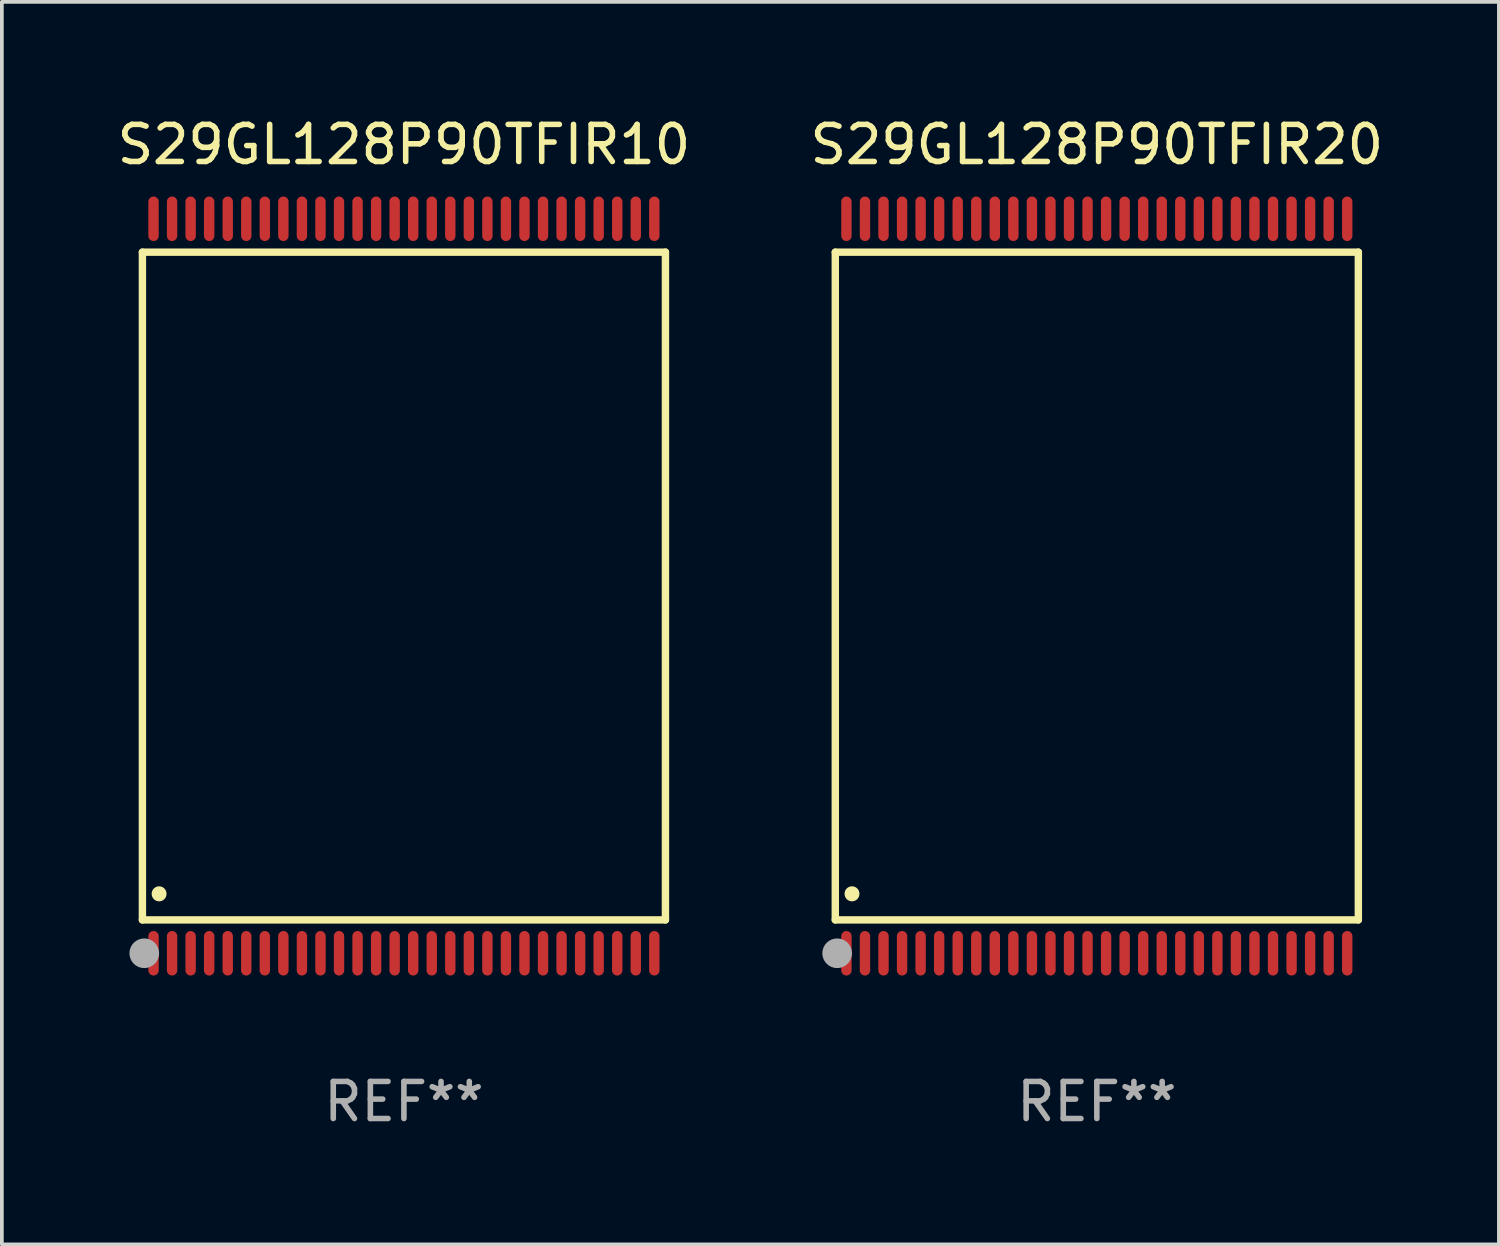
<source format=kicad_pcb>
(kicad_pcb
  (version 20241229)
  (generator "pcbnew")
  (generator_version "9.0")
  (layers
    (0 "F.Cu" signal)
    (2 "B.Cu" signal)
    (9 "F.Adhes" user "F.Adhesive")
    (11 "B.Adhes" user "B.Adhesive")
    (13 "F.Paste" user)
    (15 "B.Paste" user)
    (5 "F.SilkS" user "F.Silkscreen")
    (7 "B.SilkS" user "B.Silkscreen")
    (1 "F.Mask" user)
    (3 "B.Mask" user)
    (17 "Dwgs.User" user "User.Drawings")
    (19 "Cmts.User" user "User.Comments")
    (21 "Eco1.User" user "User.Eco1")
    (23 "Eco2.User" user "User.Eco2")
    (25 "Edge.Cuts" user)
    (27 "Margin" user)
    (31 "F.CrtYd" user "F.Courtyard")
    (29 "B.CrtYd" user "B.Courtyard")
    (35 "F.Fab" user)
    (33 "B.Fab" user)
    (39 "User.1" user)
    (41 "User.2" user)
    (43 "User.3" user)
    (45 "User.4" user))
  (footprint "S29GL128P90TFIR10"
    (layer "F.Cu")
    (at 7.839 12.748)
    (property "Reference" "S29GL128P90TFIR10" (at 0 -11.9 0) (layer "F.SilkS") (effects (font (size 1 1) (thickness 0.15))))
    (attr through_hole)
    (fp_line (start -7.05 -9) (end 7.05 -9) (stroke (width 0.2) (type solid)) (layer "F.SilkS"))
    (fp_line (start -7.05 9) (end -7.05 -9) (stroke (width 0.2) (type solid)) (layer "F.SilkS"))
    (fp_line (start 7.05 9) (end -7.05 9) (stroke (width 0.2) (type solid)) (layer "F.SilkS"))
    (fp_line (start 7.05 9) (end 7.05 -9) (stroke (width 0.2) (type solid)) (layer "F.SilkS"))
    (fp_arc (start -6.600025 8.300025) (mid -6.600041 8.297485) (end -6.600025 8.294945) (stroke (width 0.4) (type solid)) (layer "F.SilkS"))
    (fp_circle (center -7 10) (end -6.97 10) (stroke (width 0.06) (type solid)) (fill no) (layer "F.SilkS"))
    (fp_circle (center -7 9.9) (end -6.8 9.9) (stroke (width 0.4) (type solid)) (fill no) (layer "F.Fab"))
    (fp_text user "REF**" (at 0 13.9 0) (layer "F.Fab") (effects (font (size 1 1) (thickness 0.15))))
    (pad "1" smd oval (at -6.75 9.9) (size 0.28 1.2) (layers "F.Cu" "F.Mask" "F.Paste"))
    (pad "2" smd oval (at -6.25 9.9) (size 0.28 1.2) (layers "F.Cu" "F.Mask" "F.Paste"))
    (pad "3" smd oval (at -5.75 9.9) (size 0.28 1.2) (layers "F.Cu" "F.Mask" "F.Paste"))
    (pad "4" smd oval (at -5.25 9.9) (size 0.28 1.2) (layers "F.Cu" "F.Mask" "F.Paste"))
    (pad "5" smd oval (at -4.75 9.9) (size 0.28 1.2) (layers "F.Cu" "F.Mask" "F.Paste"))
    (pad "6" smd oval (at -4.25 9.9) (size 0.28 1.2) (layers "F.Cu" "F.Mask" "F.Paste"))
    (pad "7" smd oval (at -3.75 9.9) (size 0.28 1.2) (layers "F.Cu" "F.Mask" "F.Paste"))
    (pad "8" smd oval (at -3.25 9.9) (size 0.28 1.2) (layers "F.Cu" "F.Mask" "F.Paste"))
    (pad "9" smd oval (at -2.75 9.9) (size 0.28 1.2) (layers "F.Cu" "F.Mask" "F.Paste"))
    (pad "10" smd oval (at -2.25 9.9) (size 0.28 1.2) (layers "F.Cu" "F.Mask" "F.Paste"))
    (pad "11" smd oval (at -1.75 9.9) (size 0.28 1.2) (layers "F.Cu" "F.Mask" "F.Paste"))
    (pad "12" smd oval (at -1.25 9.9) (size 0.28 1.2) (layers "F.Cu" "F.Mask" "F.Paste"))
    (pad "13" smd oval (at -0.75 9.9) (size 0.28 1.2) (layers "F.Cu" "F.Mask" "F.Paste"))
    (pad "14" smd oval (at -0.25 9.9) (size 0.28 1.2) (layers "F.Cu" "F.Mask" "F.Paste"))
    (pad "15" smd oval (at 0.25 9.9) (size 0.28 1.2) (layers "F.Cu" "F.Mask" "F.Paste"))
    (pad "16" smd oval (at 0.75 9.9) (size 0.28 1.2) (layers "F.Cu" "F.Mask" "F.Paste"))
    (pad "17" smd oval (at 1.25 9.9) (size 0.28 1.2) (layers "F.Cu" "F.Mask" "F.Paste"))
    (pad "18" smd oval (at 1.75 9.9) (size 0.28 1.2) (layers "F.Cu" "F.Mask" "F.Paste"))
    (pad "19" smd oval (at 2.25 9.9) (size 0.28 1.2) (layers "F.Cu" "F.Mask" "F.Paste"))
    (pad "20" smd oval (at 2.75 9.9) (size 0.28 1.2) (layers "F.Cu" "F.Mask" "F.Paste"))
    (pad "21" smd oval (at 3.25 9.9) (size 0.28 1.2) (layers "F.Cu" "F.Mask" "F.Paste"))
    (pad "22" smd oval (at 3.75 9.9) (size 0.28 1.2) (layers "F.Cu" "F.Mask" "F.Paste"))
    (pad "23" smd oval (at 4.25 9.9) (size 0.28 1.2) (layers "F.Cu" "F.Mask" "F.Paste"))
    (pad "24" smd oval (at 4.75 9.9) (size 0.28 1.2) (layers "F.Cu" "F.Mask" "F.Paste"))
    (pad "25" smd oval (at 5.25 9.9) (size 0.28 1.2) (layers "F.Cu" "F.Mask" "F.Paste"))
    (pad "26" smd oval (at 5.75 9.9) (size 0.28 1.2) (layers "F.Cu" "F.Mask" "F.Paste"))
    (pad "27" smd oval (at 6.25 9.9) (size 0.28 1.2) (layers "F.Cu" "F.Mask" "F.Paste"))
    (pad "28" smd oval (at 6.75 9.9) (size 0.28 1.2) (layers "F.Cu" "F.Mask" "F.Paste"))
    (pad "29" smd oval (at 6.75 -9.9) (size 0.28 1.2) (layers "F.Cu" "F.Mask" "F.Paste"))
    (pad "30" smd oval (at 6.25 -9.9) (size 0.28 1.2) (layers "F.Cu" "F.Mask" "F.Paste"))
    (pad "31" smd oval (at 5.75 -9.9) (size 0.28 1.2) (layers "F.Cu" "F.Mask" "F.Paste"))
    (pad "32" smd oval (at 5.25 -9.9) (size 0.28 1.2) (layers "F.Cu" "F.Mask" "F.Paste"))
    (pad "33" smd oval (at 4.75 -9.9) (size 0.28 1.2) (layers "F.Cu" "F.Mask" "F.Paste"))
    (pad "34" smd oval (at 4.25 -9.9) (size 0.28 1.2) (layers "F.Cu" "F.Mask" "F.Paste"))
    (pad "35" smd oval (at 3.75 -9.9) (size 0.28 1.2) (layers "F.Cu" "F.Mask" "F.Paste"))
    (pad "36" smd oval (at 3.25 -9.9) (size 0.28 1.2) (layers "F.Cu" "F.Mask" "F.Paste"))
    (pad "37" smd oval (at 2.75 -9.9) (size 0.28 1.2) (layers "F.Cu" "F.Mask" "F.Paste"))
    (pad "38" smd oval (at 2.25 -9.9) (size 0.28 1.2) (layers "F.Cu" "F.Mask" "F.Paste"))
    (pad "39" smd oval (at 1.75 -9.9) (size 0.28 1.2) (layers "F.Cu" "F.Mask" "F.Paste"))
    (pad "40" smd oval (at 1.25 -9.9) (size 0.28 1.2) (layers "F.Cu" "F.Mask" "F.Paste"))
    (pad "41" smd oval (at 0.75 -9.9) (size 0.28 1.2) (layers "F.Cu" "F.Mask" "F.Paste"))
    (pad "42" smd oval (at 0.25 -9.9) (size 0.28 1.2) (layers "F.Cu" "F.Mask" "F.Paste"))
    (pad "43" smd oval (at -0.25 -9.9) (size 0.28 1.2) (layers "F.Cu" "F.Mask" "F.Paste"))
    (pad "44" smd oval (at -0.75 -9.9) (size 0.28 1.2) (layers "F.Cu" "F.Mask" "F.Paste"))
    (pad "45" smd oval (at -1.25 -9.9) (size 0.28 1.2) (layers "F.Cu" "F.Mask" "F.Paste"))
    (pad "46" smd oval (at -1.75 -9.9) (size 0.28 1.2) (layers "F.Cu" "F.Mask" "F.Paste"))
    (pad "47" smd oval (at -2.25 -9.9) (size 0.28 1.2) (layers "F.Cu" "F.Mask" "F.Paste"))
    (pad "48" smd oval (at -2.75 -9.9) (size 0.28 1.2) (layers "F.Cu" "F.Mask" "F.Paste"))
    (pad "49" smd oval (at -3.25 -9.9) (size 0.28 1.2) (layers "F.Cu" "F.Mask" "F.Paste"))
    (pad "50" smd oval (at -3.75 -9.9) (size 0.28 1.2) (layers "F.Cu" "F.Mask" "F.Paste"))
    (pad "51" smd oval (at -4.25 -9.9) (size 0.28 1.2) (layers "F.Cu" "F.Mask" "F.Paste"))
    (pad "52" smd oval (at -4.75 -9.9) (size 0.28 1.2) (layers "F.Cu" "F.Mask" "F.Paste"))
    (pad "53" smd oval (at -5.25 -9.9) (size 0.28 1.2) (layers "F.Cu" "F.Mask" "F.Paste"))
    (pad "54" smd oval (at -5.75 -9.9) (size 0.28 1.2) (layers "F.Cu" "F.Mask" "F.Paste"))
    (pad "55" smd oval (at -6.25 -9.9) (size 0.28 1.2) (layers "F.Cu" "F.Mask" "F.Paste"))
    (pad "56" smd oval (at -6.75 -9.9) (size 0.28 1.2) (layers "F.Cu" "F.Mask" "F.Paste")))
  (footprint "S29GL128P90TFIR20"
    (layer "F.Cu")
    (at 26.518 12.748)
    (property "Reference" "S29GL128P90TFIR20" (at 0 -11.9 0) (layer "F.SilkS") (effects (font (size 1 1) (thickness 0.15))))
    (attr through_hole)
    (fp_line (start -7.05 -9) (end 7.05 -9) (stroke (width 0.2) (type solid)) (layer "F.SilkS"))
    (fp_line (start -7.05 9) (end -7.05 -9) (stroke (width 0.2) (type solid)) (layer "F.SilkS"))
    (fp_line (start 7.05 9) (end -7.05 9) (stroke (width 0.2) (type solid)) (layer "F.SilkS"))
    (fp_line (start 7.05 9) (end 7.05 -9) (stroke (width 0.2) (type solid)) (layer "F.SilkS"))
    (fp_arc (start -6.600025 8.300025) (mid -6.600041 8.297485) (end -6.600025 8.294945) (stroke (width 0.4) (type solid)) (layer "F.SilkS"))
    (fp_circle (center -7 10) (end -6.97 10) (stroke (width 0.06) (type solid)) (fill no) (layer "F.SilkS"))
    (fp_circle (center -7 9.9) (end -6.8 9.9) (stroke (width 0.4) (type solid)) (fill no) (layer "F.Fab"))
    (fp_text user "REF**" (at 0 13.9 0) (layer "F.Fab") (effects (font (size 1 1) (thickness 0.15))))
    (pad "1" smd oval (at -6.75 9.9) (size 0.28 1.2) (layers "F.Cu" "F.Mask" "F.Paste"))
    (pad "2" smd oval (at -6.25 9.9) (size 0.28 1.2) (layers "F.Cu" "F.Mask" "F.Paste"))
    (pad "3" smd oval (at -5.75 9.9) (size 0.28 1.2) (layers "F.Cu" "F.Mask" "F.Paste"))
    (pad "4" smd oval (at -5.25 9.9) (size 0.28 1.2) (layers "F.Cu" "F.Mask" "F.Paste"))
    (pad "5" smd oval (at -4.75 9.9) (size 0.28 1.2) (layers "F.Cu" "F.Mask" "F.Paste"))
    (pad "6" smd oval (at -4.25 9.9) (size 0.28 1.2) (layers "F.Cu" "F.Mask" "F.Paste"))
    (pad "7" smd oval (at -3.75 9.9) (size 0.28 1.2) (layers "F.Cu" "F.Mask" "F.Paste"))
    (pad "8" smd oval (at -3.25 9.9) (size 0.28 1.2) (layers "F.Cu" "F.Mask" "F.Paste"))
    (pad "9" smd oval (at -2.75 9.9) (size 0.28 1.2) (layers "F.Cu" "F.Mask" "F.Paste"))
    (pad "10" smd oval (at -2.25 9.9) (size 0.28 1.2) (layers "F.Cu" "F.Mask" "F.Paste"))
    (pad "11" smd oval (at -1.75 9.9) (size 0.28 1.2) (layers "F.Cu" "F.Mask" "F.Paste"))
    (pad "12" smd oval (at -1.25 9.9) (size 0.28 1.2) (layers "F.Cu" "F.Mask" "F.Paste"))
    (pad "13" smd oval (at -0.75 9.9) (size 0.28 1.2) (layers "F.Cu" "F.Mask" "F.Paste"))
    (pad "14" smd oval (at -0.25 9.9) (size 0.28 1.2) (layers "F.Cu" "F.Mask" "F.Paste"))
    (pad "15" smd oval (at 0.25 9.9) (size 0.28 1.2) (layers "F.Cu" "F.Mask" "F.Paste"))
    (pad "16" smd oval (at 0.75 9.9) (size 0.28 1.2) (layers "F.Cu" "F.Mask" "F.Paste"))
    (pad "17" smd oval (at 1.25 9.9) (size 0.28 1.2) (layers "F.Cu" "F.Mask" "F.Paste"))
    (pad "18" smd oval (at 1.75 9.9) (size 0.28 1.2) (layers "F.Cu" "F.Mask" "F.Paste"))
    (pad "19" smd oval (at 2.25 9.9) (size 0.28 1.2) (layers "F.Cu" "F.Mask" "F.Paste"))
    (pad "20" smd oval (at 2.75 9.9) (size 0.28 1.2) (layers "F.Cu" "F.Mask" "F.Paste"))
    (pad "21" smd oval (at 3.25 9.9) (size 0.28 1.2) (layers "F.Cu" "F.Mask" "F.Paste"))
    (pad "22" smd oval (at 3.75 9.9) (size 0.28 1.2) (layers "F.Cu" "F.Mask" "F.Paste"))
    (pad "23" smd oval (at 4.25 9.9) (size 0.28 1.2) (layers "F.Cu" "F.Mask" "F.Paste"))
    (pad "24" smd oval (at 4.75 9.9) (size 0.28 1.2) (layers "F.Cu" "F.Mask" "F.Paste"))
    (pad "25" smd oval (at 5.25 9.9) (size 0.28 1.2) (layers "F.Cu" "F.Mask" "F.Paste"))
    (pad "26" smd oval (at 5.75 9.9) (size 0.28 1.2) (layers "F.Cu" "F.Mask" "F.Paste"))
    (pad "27" smd oval (at 6.25 9.9) (size 0.28 1.2) (layers "F.Cu" "F.Mask" "F.Paste"))
    (pad "28" smd oval (at 6.75 9.9) (size 0.28 1.2) (layers "F.Cu" "F.Mask" "F.Paste"))
    (pad "29" smd oval (at 6.75 -9.9) (size 0.28 1.2) (layers "F.Cu" "F.Mask" "F.Paste"))
    (pad "30" smd oval (at 6.25 -9.9) (size 0.28 1.2) (layers "F.Cu" "F.Mask" "F.Paste"))
    (pad "31" smd oval (at 5.75 -9.9) (size 0.28 1.2) (layers "F.Cu" "F.Mask" "F.Paste"))
    (pad "32" smd oval (at 5.25 -9.9) (size 0.28 1.2) (layers "F.Cu" "F.Mask" "F.Paste"))
    (pad "33" smd oval (at 4.75 -9.9) (size 0.28 1.2) (layers "F.Cu" "F.Mask" "F.Paste"))
    (pad "34" smd oval (at 4.25 -9.9) (size 0.28 1.2) (layers "F.Cu" "F.Mask" "F.Paste"))
    (pad "35" smd oval (at 3.75 -9.9) (size 0.28 1.2) (layers "F.Cu" "F.Mask" "F.Paste"))
    (pad "36" smd oval (at 3.25 -9.9) (size 0.28 1.2) (layers "F.Cu" "F.Mask" "F.Paste"))
    (pad "37" smd oval (at 2.75 -9.9) (size 0.28 1.2) (layers "F.Cu" "F.Mask" "F.Paste"))
    (pad "38" smd oval (at 2.25 -9.9) (size 0.28 1.2) (layers "F.Cu" "F.Mask" "F.Paste"))
    (pad "39" smd oval (at 1.75 -9.9) (size 0.28 1.2) (layers "F.Cu" "F.Mask" "F.Paste"))
    (pad "40" smd oval (at 1.25 -9.9) (size 0.28 1.2) (layers "F.Cu" "F.Mask" "F.Paste"))
    (pad "41" smd oval (at 0.75 -9.9) (size 0.28 1.2) (layers "F.Cu" "F.Mask" "F.Paste"))
    (pad "42" smd oval (at 0.25 -9.9) (size 0.28 1.2) (layers "F.Cu" "F.Mask" "F.Paste"))
    (pad "43" smd oval (at -0.25 -9.9) (size 0.28 1.2) (layers "F.Cu" "F.Mask" "F.Paste"))
    (pad "44" smd oval (at -0.75 -9.9) (size 0.28 1.2) (layers "F.Cu" "F.Mask" "F.Paste"))
    (pad "45" smd oval (at -1.25 -9.9) (size 0.28 1.2) (layers "F.Cu" "F.Mask" "F.Paste"))
    (pad "46" smd oval (at -1.75 -9.9) (size 0.28 1.2) (layers "F.Cu" "F.Mask" "F.Paste"))
    (pad "47" smd oval (at -2.25 -9.9) (size 0.28 1.2) (layers "F.Cu" "F.Mask" "F.Paste"))
    (pad "48" smd oval (at -2.75 -9.9) (size 0.28 1.2) (layers "F.Cu" "F.Mask" "F.Paste"))
    (pad "49" smd oval (at -3.25 -9.9) (size 0.28 1.2) (layers "F.Cu" "F.Mask" "F.Paste"))
    (pad "50" smd oval (at -3.75 -9.9) (size 0.28 1.2) (layers "F.Cu" "F.Mask" "F.Paste"))
    (pad "51" smd oval (at -4.25 -9.9) (size 0.28 1.2) (layers "F.Cu" "F.Mask" "F.Paste"))
    (pad "52" smd oval (at -4.75 -9.9) (size 0.28 1.2) (layers "F.Cu" "F.Mask" "F.Paste"))
    (pad "53" smd oval (at -5.25 -9.9) (size 0.28 1.2) (layers "F.Cu" "F.Mask" "F.Paste"))
    (pad "54" smd oval (at -5.75 -9.9) (size 0.28 1.2) (layers "F.Cu" "F.Mask" "F.Paste"))
    (pad "55" smd oval (at -6.25 -9.9) (size 0.28 1.2) (layers "F.Cu" "F.Mask" "F.Paste"))
    (pad "56" smd oval (at -6.75 -9.9) (size 0.28 1.2) (layers "F.Cu" "F.Mask" "F.Paste")))
  (gr_rect
    (start -3 -3)
    (end 37.357 30.496)
    (stroke (width 0.1) (type default))
    (fill no)
    (layer "Edge.Cuts")))
</source>
